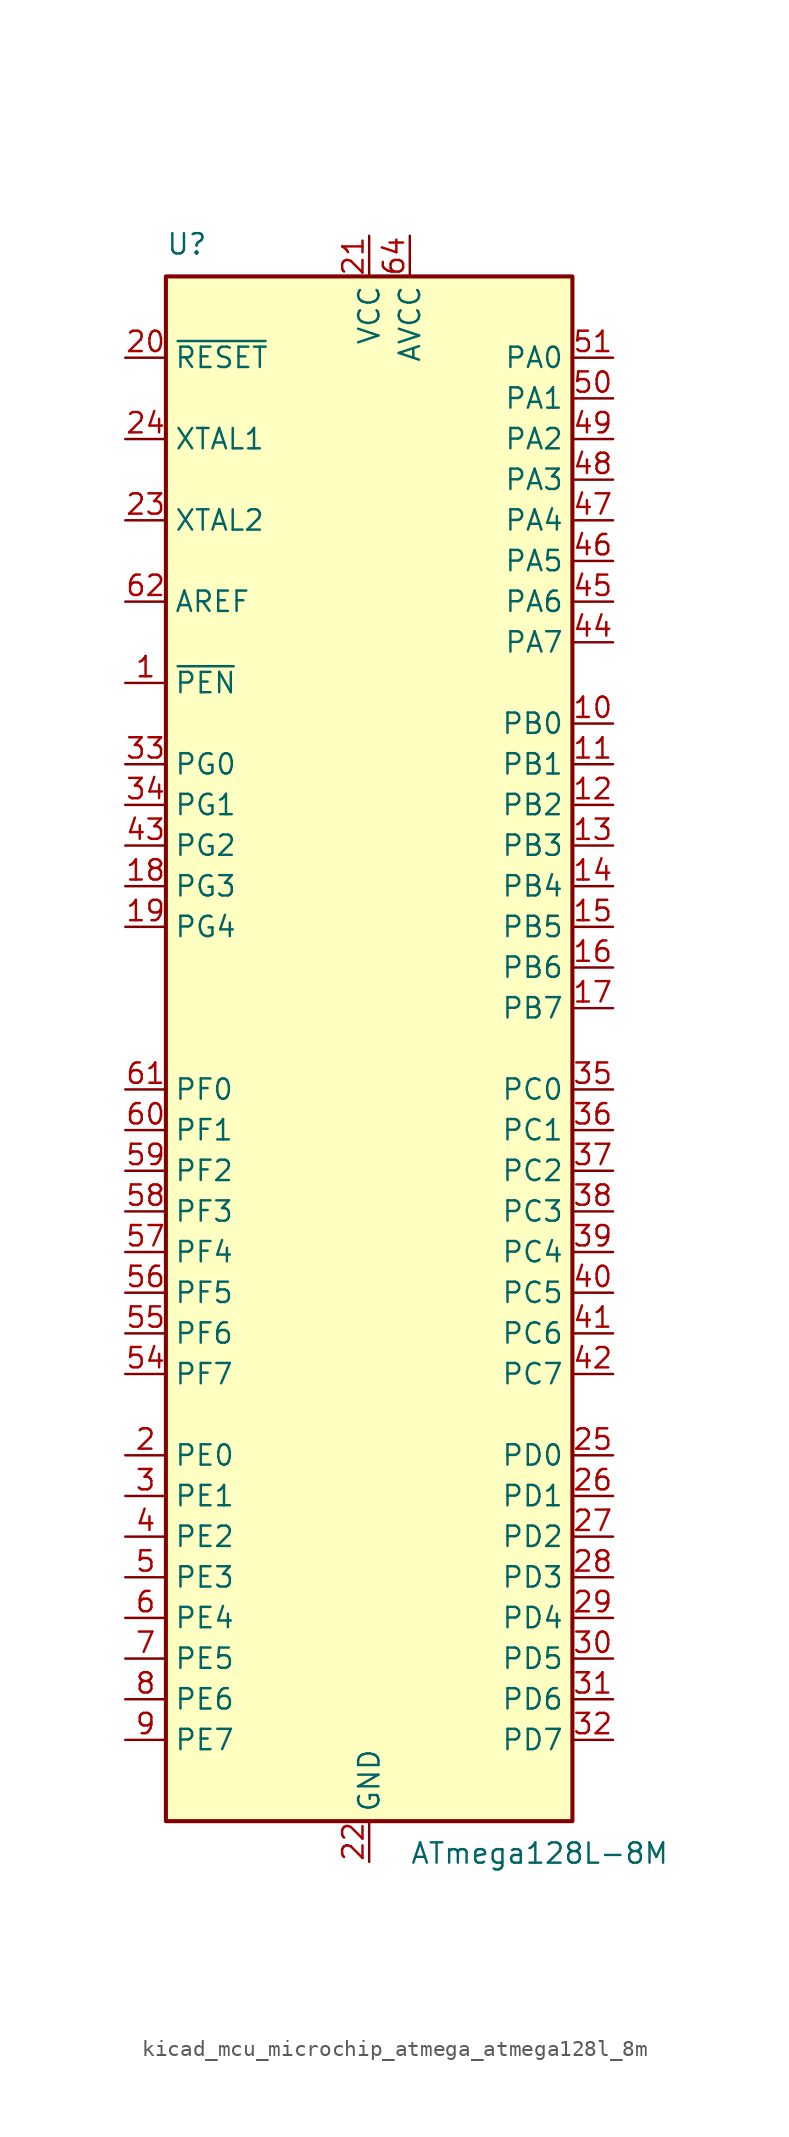
<source format=kicad_sym>
(kicad_symbol_lib
  (version 20220914)
  (generator kicad_symbol_editor)
  (symbol "kicad_mcu_microchip_atmega_atmega128l_8m"
    (property "Reference" "U"
      (at -12.7 49.53 0)
      (effects (font (size 1.27 1.27)) (justify left bottom)))
    (property "Value" "ATmega128L-8M"
      (at 2.54 -49.53 0)
      (effects (font (size 1.27 1.27)) (justify left top)))
    (symbol "kicad_mcu_microchip_atmega_atmega128l_8m_0_1"
      (rectangle (start -12.7 -48.26) (end 12.7 48.26) (stroke (width 0.254) (type default)) (fill (type background))))
    (symbol "kicad_mcu_microchip_atmega_atmega128l_8m_1_1"
      (pin input line (at -15.24 22.86 0) (length 2.54) (name "~{PEN}" (effects (font (size 1.27 1.27)))) (number "1" (effects (font (size 1.27 1.27)))))
      (pin bidirectional line (at 15.24 20.32 180) (length 2.54) (name "PB0" (effects (font (size 1.27 1.27)))) (number "10" (effects (font (size 1.27 1.27)))))
      (pin bidirectional line (at 15.24 17.78 180) (length 2.54) (name "PB1" (effects (font (size 1.27 1.27)))) (number "11" (effects (font (size 1.27 1.27)))))
      (pin bidirectional line (at 15.24 15.24 180) (length 2.54) (name "PB2" (effects (font (size 1.27 1.27)))) (number "12" (effects (font (size 1.27 1.27)))))
      (pin bidirectional line (at 15.24 12.7 180) (length 2.54) (name "PB3" (effects (font (size 1.27 1.27)))) (number "13" (effects (font (size 1.27 1.27)))))
      (pin bidirectional line (at 15.24 10.16 180) (length 2.54) (name "PB4" (effects (font (size 1.27 1.27)))) (number "14" (effects (font (size 1.27 1.27)))))
      (pin bidirectional line (at 15.24 7.62 180) (length 2.54) (name "PB5" (effects (font (size 1.27 1.27)))) (number "15" (effects (font (size 1.27 1.27)))))
      (pin bidirectional line (at 15.24 5.08 180) (length 2.54) (name "PB6" (effects (font (size 1.27 1.27)))) (number "16" (effects (font (size 1.27 1.27)))))
      (pin bidirectional line (at 15.24 2.54 180) (length 2.54) (name "PB7" (effects (font (size 1.27 1.27)))) (number "17" (effects (font (size 1.27 1.27)))))
      (pin bidirectional line (at -15.24 10.16 0) (length 2.54) (name "PG3" (effects (font (size 1.27 1.27)))) (number "18" (effects (font (size 1.27 1.27)))))
      (pin bidirectional line (at -15.24 7.62 0) (length 2.54) (name "PG4" (effects (font (size 1.27 1.27)))) (number "19" (effects (font (size 1.27 1.27)))))
      (pin bidirectional line (at -15.24 -25.4 0) (length 2.54) (name "PE0" (effects (font (size 1.27 1.27)))) (number "2" (effects (font (size 1.27 1.27)))))
      (pin input line (at -15.24 43.18 0) (length 2.54) (name "~{RESET}" (effects (font (size 1.27 1.27)))) (number "20" (effects (font (size 1.27 1.27)))))
      (pin power_in line (at 0 50.8 270) (length 2.54) (name "VCC" (effects (font (size 1.27 1.27)))) (number "21" (effects (font (size 1.27 1.27)))))
      (pin power_in line (at 0 -50.8 90) (length 2.54) (name "GND" (effects (font (size 1.27 1.27)))) (number "22" (effects (font (size 1.27 1.27)))))
      (pin output line (at -15.24 33.02 0) (length 2.54) (name "XTAL2" (effects (font (size 1.27 1.27)))) (number "23" (effects (font (size 1.27 1.27)))))
      (pin input line (at -15.24 38.1 0) (length 2.54) (name "XTAL1" (effects (font (size 1.27 1.27)))) (number "24" (effects (font (size 1.27 1.27)))))
      (pin bidirectional line (at 15.24 -25.4 180) (length 2.54) (name "PD0" (effects (font (size 1.27 1.27)))) (number "25" (effects (font (size 1.27 1.27)))))
      (pin bidirectional line (at 15.24 -27.94 180) (length 2.54) (name "PD1" (effects (font (size 1.27 1.27)))) (number "26" (effects (font (size 1.27 1.27)))))
      (pin bidirectional line (at 15.24 -30.48 180) (length 2.54) (name "PD2" (effects (font (size 1.27 1.27)))) (number "27" (effects (font (size 1.27 1.27)))))
      (pin bidirectional line (at 15.24 -33.02 180) (length 2.54) (name "PD3" (effects (font (size 1.27 1.27)))) (number "28" (effects (font (size 1.27 1.27)))))
      (pin bidirectional line (at 15.24 -35.56 180) (length 2.54) (name "PD4" (effects (font (size 1.27 1.27)))) (number "29" (effects (font (size 1.27 1.27)))))
      (pin bidirectional line (at -15.24 -27.94 0) (length 2.54) (name "PE1" (effects (font (size 1.27 1.27)))) (number "3" (effects (font (size 1.27 1.27)))))
      (pin bidirectional line (at 15.24 -38.1 180) (length 2.54) (name "PD5" (effects (font (size 1.27 1.27)))) (number "30" (effects (font (size 1.27 1.27)))))
      (pin bidirectional line (at 15.24 -40.64 180) (length 2.54) (name "PD6" (effects (font (size 1.27 1.27)))) (number "31" (effects (font (size 1.27 1.27)))))
      (pin bidirectional line (at 15.24 -43.18 180) (length 2.54) (name "PD7" (effects (font (size 1.27 1.27)))) (number "32" (effects (font (size 1.27 1.27)))))
      (pin bidirectional line (at -15.24 17.78 0) (length 2.54) (name "PG0" (effects (font (size 1.27 1.27)))) (number "33" (effects (font (size 1.27 1.27)))))
      (pin bidirectional line (at -15.24 15.24 0) (length 2.54) (name "PG1" (effects (font (size 1.27 1.27)))) (number "34" (effects (font (size 1.27 1.27)))))
      (pin bidirectional line (at 15.24 -2.54 180) (length 2.54) (name "PC0" (effects (font (size 1.27 1.27)))) (number "35" (effects (font (size 1.27 1.27)))))
      (pin bidirectional line (at 15.24 -5.08 180) (length 2.54) (name "PC1" (effects (font (size 1.27 1.27)))) (number "36" (effects (font (size 1.27 1.27)))))
      (pin bidirectional line (at 15.24 -7.62 180) (length 2.54) (name "PC2" (effects (font (size 1.27 1.27)))) (number "37" (effects (font (size 1.27 1.27)))))
      (pin bidirectional line (at 15.24 -10.16 180) (length 2.54) (name "PC3" (effects (font (size 1.27 1.27)))) (number "38" (effects (font (size 1.27 1.27)))))
      (pin bidirectional line (at 15.24 -12.7 180) (length 2.54) (name "PC4" (effects (font (size 1.27 1.27)))) (number "39" (effects (font (size 1.27 1.27)))))
      (pin bidirectional line (at -15.24 -30.48 0) (length 2.54) (name "PE2" (effects (font (size 1.27 1.27)))) (number "4" (effects (font (size 1.27 1.27)))))
      (pin bidirectional line (at 15.24 -15.24 180) (length 2.54) (name "PC5" (effects (font (size 1.27 1.27)))) (number "40" (effects (font (size 1.27 1.27)))))
      (pin bidirectional line (at 15.24 -17.78 180) (length 2.54) (name "PC6" (effects (font (size 1.27 1.27)))) (number "41" (effects (font (size 1.27 1.27)))))
      (pin bidirectional line (at 15.24 -20.32 180) (length 2.54) (name "PC7" (effects (font (size 1.27 1.27)))) (number "42" (effects (font (size 1.27 1.27)))))
      (pin bidirectional line (at -15.24 12.7 0) (length 2.54) (name "PG2" (effects (font (size 1.27 1.27)))) (number "43" (effects (font (size 1.27 1.27)))))
      (pin bidirectional line (at 15.24 25.4 180) (length 2.54) (name "PA7" (effects (font (size 1.27 1.27)))) (number "44" (effects (font (size 1.27 1.27)))))
      (pin bidirectional line (at 15.24 27.94 180) (length 2.54) (name "PA6" (effects (font (size 1.27 1.27)))) (number "45" (effects (font (size 1.27 1.27)))))
      (pin bidirectional line (at 15.24 30.48 180) (length 2.54) (name "PA5" (effects (font (size 1.27 1.27)))) (number "46" (effects (font (size 1.27 1.27)))))
      (pin bidirectional line (at 15.24 33.02 180) (length 2.54) (name "PA4" (effects (font (size 1.27 1.27)))) (number "47" (effects (font (size 1.27 1.27)))))
      (pin bidirectional line (at 15.24 35.56 180) (length 2.54) (name "PA3" (effects (font (size 1.27 1.27)))) (number "48" (effects (font (size 1.27 1.27)))))
      (pin bidirectional line (at 15.24 38.1 180) (length 2.54) (name "PA2" (effects (font (size 1.27 1.27)))) (number "49" (effects (font (size 1.27 1.27)))))
      (pin bidirectional line (at -15.24 -33.02 0) (length 2.54) (name "PE3" (effects (font (size 1.27 1.27)))) (number "5" (effects (font (size 1.27 1.27)))))
      (pin bidirectional line (at 15.24 40.64 180) (length 2.54) (name "PA1" (effects (font (size 1.27 1.27)))) (number "50" (effects (font (size 1.27 1.27)))))
      (pin bidirectional line (at 15.24 43.18 180) (length 2.54) (name "PA0" (effects (font (size 1.27 1.27)))) (number "51" (effects (font (size 1.27 1.27)))))
      (pin passive line (at 0 50.8 270) (length 2.54) hide (name "VCC" (effects (font (size 1.27 1.27)))) (number "52" (effects (font (size 1.27 1.27)))))
      (pin passive line (at 0 -50.8 90) (length 2.54) hide (name "GND" (effects (font (size 1.27 1.27)))) (number "53" (effects (font (size 1.27 1.27)))))
      (pin bidirectional line (at -15.24 -20.32 0) (length 2.54) (name "PF7" (effects (font (size 1.27 1.27)))) (number "54" (effects (font (size 1.27 1.27)))))
      (pin bidirectional line (at -15.24 -17.78 0) (length 2.54) (name "PF6" (effects (font (size 1.27 1.27)))) (number "55" (effects (font (size 1.27 1.27)))))
      (pin bidirectional line (at -15.24 -15.24 0) (length 2.54) (name "PF5" (effects (font (size 1.27 1.27)))) (number "56" (effects (font (size 1.27 1.27)))))
      (pin bidirectional line (at -15.24 -12.7 0) (length 2.54) (name "PF4" (effects (font (size 1.27 1.27)))) (number "57" (effects (font (size 1.27 1.27)))))
      (pin bidirectional line (at -15.24 -10.16 0) (length 2.54) (name "PF3" (effects (font (size 1.27 1.27)))) (number "58" (effects (font (size 1.27 1.27)))))
      (pin bidirectional line (at -15.24 -7.62 0) (length 2.54) (name "PF2" (effects (font (size 1.27 1.27)))) (number "59" (effects (font (size 1.27 1.27)))))
      (pin bidirectional line (at -15.24 -35.56 0) (length 2.54) (name "PE4" (effects (font (size 1.27 1.27)))) (number "6" (effects (font (size 1.27 1.27)))))
      (pin bidirectional line (at -15.24 -5.08 0) (length 2.54) (name "PF1" (effects (font (size 1.27 1.27)))) (number "60" (effects (font (size 1.27 1.27)))))
      (pin bidirectional line (at -15.24 -2.54 0) (length 2.54) (name "PF0" (effects (font (size 1.27 1.27)))) (number "61" (effects (font (size 1.27 1.27)))))
      (pin passive line (at -15.24 27.94 0) (length 2.54) (name "AREF" (effects (font (size 1.27 1.27)))) (number "62" (effects (font (size 1.27 1.27)))))
      (pin passive line (at 0 -50.8 90) (length 2.54) hide (name "GND" (effects (font (size 1.27 1.27)))) (number "63" (effects (font (size 1.27 1.27)))))
      (pin power_in line (at 2.54 50.8 270) (length 2.54) (name "AVCC" (effects (font (size 1.27 1.27)))) (number "64" (effects (font (size 1.27 1.27)))))
      (pin passive line (at 0 -50.8 90) (length 2.54) hide (name "GND" (effects (font (size 1.27 1.27)))) (number "65" (effects (font (size 1.27 1.27)))))
      (pin bidirectional line (at -15.24 -38.1 0) (length 2.54) (name "PE5" (effects (font (size 1.27 1.27)))) (number "7" (effects (font (size 1.27 1.27)))))
      (pin bidirectional line (at -15.24 -40.64 0) (length 2.54) (name "PE6" (effects (font (size 1.27 1.27)))) (number "8" (effects (font (size 1.27 1.27)))))
      (pin bidirectional line (at -15.24 -43.18 0) (length 2.54) (name "PE7" (effects (font (size 1.27 1.27)))) (number "9" (effects (font (size 1.27 1.27))))))))
</source>
